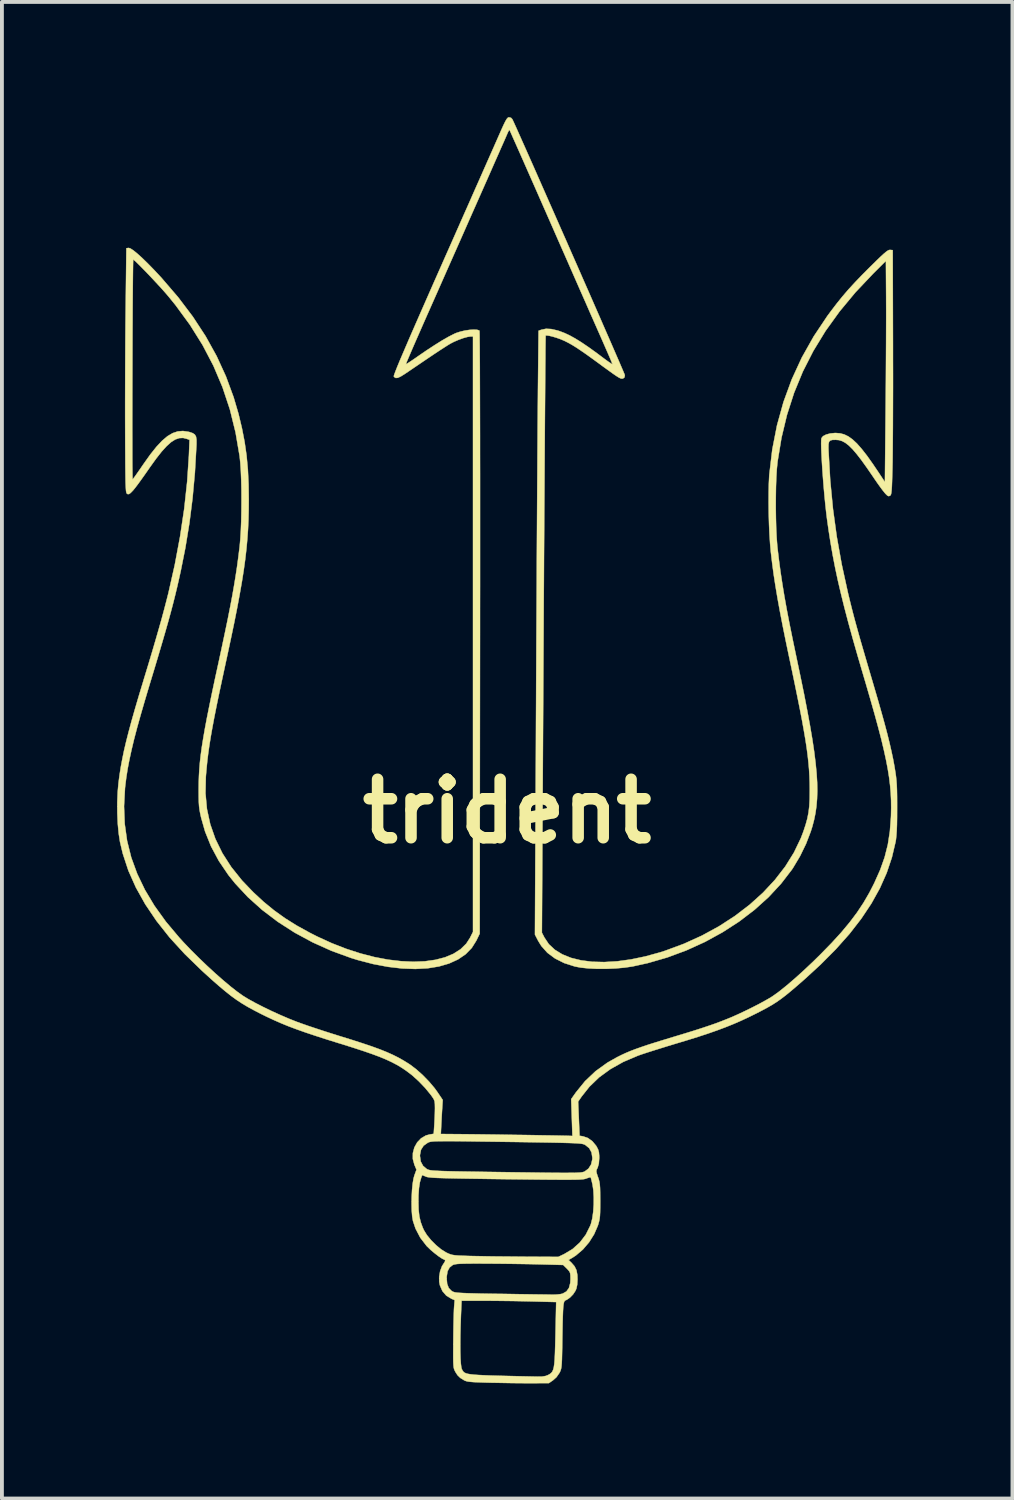
<source format=kicad_pcb>
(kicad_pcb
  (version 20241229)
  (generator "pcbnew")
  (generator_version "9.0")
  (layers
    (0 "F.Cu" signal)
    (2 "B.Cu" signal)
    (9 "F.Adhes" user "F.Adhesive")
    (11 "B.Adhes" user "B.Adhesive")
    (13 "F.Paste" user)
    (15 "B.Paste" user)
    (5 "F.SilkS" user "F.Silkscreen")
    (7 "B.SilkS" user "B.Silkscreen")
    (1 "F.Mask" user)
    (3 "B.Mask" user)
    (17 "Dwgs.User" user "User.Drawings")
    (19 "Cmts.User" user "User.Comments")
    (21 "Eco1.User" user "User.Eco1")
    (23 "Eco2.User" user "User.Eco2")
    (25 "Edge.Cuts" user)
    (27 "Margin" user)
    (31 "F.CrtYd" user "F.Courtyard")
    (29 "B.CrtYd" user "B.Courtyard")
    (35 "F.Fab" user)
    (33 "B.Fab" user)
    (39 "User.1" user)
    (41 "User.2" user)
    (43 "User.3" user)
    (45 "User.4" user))
  (footprint "trident"
    (layer "F.Cu")
    (at 10.161 18.085)
    (property "Reference" "trident" (at 0 0 0) (layer "F.SilkS") (effects (font (size 1.524 1.524) (thickness 0.3))))
    (attr through_hole)
    (fp_poly (pts (xy 0.103 -18.065) (xy 0.136 -18.029) (xy 0.151 -17.998) (xy 0.185 -17.924) (xy 0.237 -17.81) (xy 0.304 -17.659) (xy 0.386 -17.475) (xy 0.482 -17.26) (xy 0.589 -17.019) (xy 0.707 -16.753) (xy 0.833 -16.467) (xy 0.967 -16.163) (xy 1.107 -15.845) (xy 1.252 -15.517) (xy 1.4 -15.18) (xy 1.551 -14.839) (xy 1.701 -14.496) (xy 1.851 -14.156) (xy 1.998 -13.82) (xy 2.142 -13.493) (xy 2.28 -13.177) (xy 2.412 -12.876) (xy 2.535 -12.593) (xy 2.65 -12.331) (xy 2.753 -12.094) (xy 2.844 -11.884) (xy 2.922 -11.705) (xy 2.984 -11.56) (xy 3.03 -11.453) (xy 3.058 -11.385) (xy 3.067 -11.362) (xy 3.058 -11.305) (xy 3.029 -11.281) (xy 3.007 -11.272) (xy 2.982 -11.271) (xy 2.948 -11.281) (xy 2.9 -11.306) (xy 2.834 -11.348) (xy 2.744 -11.41) (xy 2.624 -11.497) (xy 2.469 -11.609) (xy 2.442 -11.63) (xy 2.236 -11.78) (xy 2.064 -11.904) (xy 1.92 -12.003) (xy 1.799 -12.084) (xy 1.694 -12.149) (xy 1.6 -12.202) (xy 1.511 -12.247) (xy 1.497 -12.254) (xy 1.4 -12.296) (xy 1.293 -12.334) (xy 1.188 -12.366) (xy 1.097 -12.388) (xy 1.031 -12.397) (xy 1.004 -12.392) (xy 1.003 -12.366) (xy 1.002 -12.291) (xy 1 -12.169) (xy 0.998 -12.003) (xy 0.997 -11.793) (xy 0.994 -11.542) (xy 0.992 -11.252) (xy 0.99 -10.925) (xy 0.987 -10.563) (xy 0.984 -10.168) (xy 0.981 -9.741) (xy 0.978 -9.285) (xy 0.975 -8.801) (xy 0.972 -8.292) (xy 0.968 -7.759) (xy 0.965 -7.205) (xy 0.961 -6.631) (xy 0.958 -6.039) (xy 0.954 -5.432) (xy 0.951 -4.811) (xy 0.95 -4.609) (xy 0.906 3.162) (xy 0.972 3.29) (xy 1.087 3.462) (xy 1.244 3.608) (xy 1.438 3.727) (xy 1.666 3.819) (xy 1.926 3.883) (xy 2.216 3.92) (xy 2.53 3.928) (xy 2.868 3.908) (xy 3.226 3.859) (xy 3.6 3.781) (xy 3.989 3.674) (xy 4.111 3.635) (xy 4.605 3.452) (xy 5.076 3.238) (xy 5.521 2.995) (xy 5.936 2.726) (xy 6.319 2.433) (xy 6.667 2.119) (xy 6.977 1.786) (xy 7.247 1.437) (xy 7.473 1.073) (xy 7.653 0.698) (xy 7.716 0.533) (xy 7.776 0.352) (xy 7.821 0.189) (xy 7.852 0.032) (xy 7.872 -0.133) (xy 7.882 -0.32) (xy 7.884 -0.541) (xy 7.884 -0.584) (xy 7.882 -0.753) (xy 7.876 -0.919) (xy 7.866 -1.087) (xy 7.851 -1.261) (xy 7.831 -1.445) (xy 7.805 -1.644) (xy 7.772 -1.861) (xy 7.731 -2.101) (xy 7.683 -2.368) (xy 7.626 -2.665) (xy 7.559 -2.998) (xy 7.483 -3.37) (xy 7.396 -3.786) (xy 7.355 -3.978) (xy 7.26 -4.432) (xy 7.177 -4.842) (xy 7.105 -5.215) (xy 7.043 -5.557) (xy 6.99 -5.873) (xy 6.944 -6.171) (xy 6.906 -6.454) (xy 6.873 -6.731) (xy 6.87 -6.756) (xy 6.851 -6.968) (xy 6.835 -7.213) (xy 6.823 -7.481) (xy 6.815 -7.759) (xy 6.812 -8.035) (xy 6.813 -8.299) (xy 6.818 -8.538) (xy 6.828 -8.741) (xy 6.831 -8.778) (xy 6.908 -9.428) (xy 7.031 -10.056) (xy 7.2 -10.664) (xy 7.415 -11.251) (xy 7.677 -11.82) (xy 7.987 -12.371) (xy 8.344 -12.906) (xy 8.44 -13.035) (xy 8.592 -13.234) (xy 8.74 -13.417) (xy 8.892 -13.594) (xy 9.057 -13.774) (xy 9.243 -13.968) (xy 9.458 -14.184) (xy 9.481 -14.206) (xy 9.621 -14.344) (xy 9.73 -14.449) (xy 9.813 -14.525) (xy 9.875 -14.577) (xy 9.921 -14.609) (xy 9.954 -14.623) (xy 9.979 -14.625) (xy 10.046 -14.618) (xy 10.052 -12.141) (xy 10.052 -11.772) (xy 10.053 -11.405) (xy 10.053 -11.043) (xy 10.052 -10.693) (xy 10.051 -10.359) (xy 10.05 -10.046) (xy 10.048 -9.759) (xy 10.046 -9.503) (xy 10.044 -9.282) (xy 10.042 -9.102) (xy 10.039 -8.967) (xy 10.039 -8.956) (xy 10.033 -8.747) (xy 10.028 -8.582) (xy 10.023 -8.458) (xy 10.017 -8.366) (xy 10.01 -8.303) (xy 10.002 -8.261) (xy 9.991 -8.237) (xy 9.978 -8.223) (xy 9.974 -8.22) (xy 9.941 -8.209) (xy 9.906 -8.224) (xy 9.857 -8.272) (xy 9.839 -8.293) (xy 9.791 -8.352) (xy 9.724 -8.442) (xy 9.645 -8.552) (xy 9.563 -8.671) (xy 9.544 -8.7) (xy 9.379 -8.94) (xy 9.236 -9.14) (xy 9.111 -9.302) (xy 9.001 -9.431) (xy 8.903 -9.528) (xy 8.813 -9.598) (xy 8.728 -9.644) (xy 8.645 -9.67) (xy 8.56 -9.677) (xy 8.559 -9.677) (xy 8.475 -9.675) (xy 8.42 -9.66) (xy 8.387 -9.627) (xy 8.373 -9.564) (xy 8.371 -9.465) (xy 8.374 -9.38) (xy 8.418 -8.615) (xy 8.489 -7.878) (xy 8.588 -7.154) (xy 8.718 -6.427) (xy 8.881 -5.683) (xy 8.931 -5.477) (xy 8.97 -5.32) (xy 9.009 -5.167) (xy 9.05 -5.011) (xy 9.095 -4.847) (xy 9.144 -4.67) (xy 9.199 -4.474) (xy 9.263 -4.254) (xy 9.336 -4.003) (xy 9.42 -3.716) (xy 9.517 -3.388) (xy 9.546 -3.289) (xy 9.656 -2.913) (xy 9.751 -2.58) (xy 9.833 -2.284) (xy 9.903 -2.02) (xy 9.962 -1.781) (xy 10.012 -1.563) (xy 10.055 -1.361) (xy 10.091 -1.167) (xy 10.097 -1.129) (xy 10.117 -1.007) (xy 10.132 -0.899) (xy 10.143 -0.793) (xy 10.151 -0.681) (xy 10.156 -0.552) (xy 10.159 -0.398) (xy 10.16 -0.207) (xy 10.16 -0.09) (xy 10.159 0.15) (xy 10.156 0.346) (xy 10.15 0.504) (xy 10.141 0.631) (xy 10.13 0.735) (xy 10.121 0.791) (xy 10.024 1.202) (xy 9.888 1.606) (xy 9.71 2.006) (xy 9.49 2.402) (xy 9.226 2.798) (xy 8.918 3.195) (xy 8.563 3.594) (xy 8.16 3.999) (xy 7.76 4.366) (xy 7.567 4.535) (xy 7.403 4.675) (xy 7.262 4.791) (xy 7.135 4.888) (xy 7.015 4.972) (xy 6.894 5.048) (xy 6.765 5.122) (xy 6.62 5.199) (xy 6.49 5.266) (xy 6.283 5.368) (xy 6.085 5.46) (xy 5.889 5.545) (xy 5.688 5.626) (xy 5.474 5.706) (xy 5.24 5.788) (xy 4.978 5.874) (xy 4.68 5.967) (xy 4.381 6.057) (xy 4.183 6.117) (xy 3.987 6.178) (xy 3.804 6.235) (xy 3.641 6.287) (xy 3.508 6.331) (xy 3.414 6.364) (xy 3.404 6.368) (xy 3.026 6.529) (xy 2.691 6.717) (xy 2.397 6.931) (xy 2.145 7.174) (xy 1.942 7.43) (xy 1.85 7.563) (xy 1.887 8.453) (xy 1.978 8.468) (xy 2.105 8.512) (xy 2.222 8.597) (xy 2.32 8.715) (xy 2.33 8.732) (xy 2.37 8.809) (xy 2.391 8.882) (xy 2.399 8.973) (xy 2.4 9.03) (xy 2.389 9.178) (xy 2.359 9.282) (xy 2.355 9.29) (xy 2.332 9.336) (xy 2.324 9.376) (xy 2.333 9.426) (xy 2.357 9.502) (xy 2.368 9.531) (xy 2.389 9.594) (xy 2.404 9.654) (xy 2.414 9.723) (xy 2.421 9.809) (xy 2.424 9.923) (xy 2.425 10.073) (xy 2.426 10.147) (xy 2.425 10.316) (xy 2.423 10.443) (xy 2.418 10.541) (xy 2.409 10.618) (xy 2.395 10.687) (xy 2.376 10.755) (xy 2.364 10.794) (xy 2.268 11.016) (xy 2.135 11.228) (xy 1.974 11.416) (xy 1.792 11.571) (xy 1.708 11.626) (xy 1.6 11.689) (xy 1.673 11.757) (xy 1.755 11.851) (xy 1.806 11.954) (xy 1.83 12.08) (xy 1.834 12.197) (xy 1.826 12.332) (xy 1.805 12.433) (xy 1.78 12.492) (xy 1.718 12.586) (xy 1.636 12.67) (xy 1.552 12.727) (xy 1.526 12.738) (xy 1.508 12.747) (xy 1.492 12.765) (xy 1.48 12.797) (xy 1.47 12.847) (xy 1.462 12.92) (xy 1.456 13.021) (xy 1.451 13.154) (xy 1.446 13.325) (xy 1.442 13.538) (xy 1.438 13.762) (xy 1.435 13.976) (xy 1.431 14.147) (xy 1.428 14.279) (xy 1.423 14.379) (xy 1.417 14.454) (xy 1.409 14.51) (xy 1.398 14.553) (xy 1.384 14.589) (xy 1.367 14.625) (xy 1.287 14.741) (xy 1.198 14.821) (xy 1.088 14.897) (xy 0.677 14.899) (xy 0.53 14.899) (xy 0.345 14.898) (xy 0.137 14.896) (xy -0.08 14.892) (xy -0.293 14.888) (xy -0.381 14.887) (xy -0.584 14.882) (xy -0.743 14.876) (xy -0.864 14.871) (xy -0.953 14.864) (xy -1.019 14.856) (xy -1.066 14.845) (xy -1.103 14.832) (xy -1.118 14.824) (xy -1.22 14.761) (xy -1.292 14.691) (xy -1.352 14.598) (xy -1.354 14.592) (xy -1.37 14.56) (xy -1.383 14.526) (xy -1.392 14.485) (xy -1.398 14.428) (xy -1.402 14.352) (xy -1.404 14.247) (xy -1.404 14.109) (xy -1.403 13.931) (xy -1.403 13.88) (xy -1.22 13.88) (xy -1.219 14.083) (xy -1.214 14.255) (xy -1.205 14.391) (xy -1.193 14.486) (xy -1.181 14.53) (xy -1.166 14.559) (xy -1.15 14.585) (xy -1.132 14.607) (xy -1.106 14.626) (xy -1.07 14.642) (xy -1.019 14.656) (xy -0.951 14.667) (xy -0.862 14.677) (xy -0.748 14.685) (xy -0.606 14.692) (xy -0.432 14.699) (xy -0.223 14.705) (xy 0.025 14.711) (xy 0.316 14.718) (xy 0.653 14.725) (xy 0.788 14.728) (xy 0.912 14.726) (xy 1.002 14.711) (xy 1.067 14.686) (xy 1.111 14.661) (xy 1.147 14.634) (xy 1.176 14.599) (xy 1.198 14.551) (xy 1.216 14.486) (xy 1.229 14.397) (xy 1.239 14.28) (xy 1.246 14.13) (xy 1.252 13.941) (xy 1.258 13.707) (xy 1.26 13.625) (xy 1.278 12.785) (xy 0.622 12.768) (xy 0.4 12.763) (xy 0.154 12.758) (xy -0.099 12.755) (xy -0.341 12.752) (xy -0.554 12.751) (xy -0.61 12.751) (xy -1.186 12.751) (xy -1.203 13.136) (xy -1.212 13.401) (xy -1.218 13.651) (xy -1.22 13.88) (xy -1.403 13.88) (xy -1.402 13.792) (xy -1.4 13.598) (xy -1.397 13.411) (xy -1.393 13.239) (xy -1.389 13.093) (xy -1.385 12.98) (xy -1.381 12.914) (xy -1.366 12.734) (xy -1.446 12.701) (xy -1.584 12.618) (xy -1.686 12.5) (xy -1.751 12.349) (xy -1.769 12.259) (xy -1.77 12.167) (xy -1.575 12.167) (xy -1.562 12.312) (xy -1.521 12.418) (xy -1.449 12.493) (xy -1.416 12.513) (xy -1.391 12.523) (xy -1.357 12.532) (xy -1.309 12.539) (xy -1.241 12.545) (xy -1.151 12.55) (xy -1.032 12.555) (xy -0.881 12.559) (xy -0.694 12.564) (xy -0.465 12.568) (xy -0.191 12.572) (xy -0.153 12.572) (xy 0.094 12.576) (xy 0.33 12.58) (xy 0.551 12.583) (xy 0.749 12.586) (xy 0.919 12.588) (xy 1.054 12.59) (xy 1.15 12.592) (xy 1.194 12.593) (xy 1.296 12.589) (xy 1.392 12.578) (xy 1.447 12.565) (xy 1.545 12.509) (xy 1.611 12.418) (xy 1.645 12.289) (xy 1.651 12.185) (xy 1.649 12.09) (xy 1.641 12.029) (xy 1.619 11.983) (xy 1.577 11.935) (xy 1.556 11.913) (xy 1.46 11.819) (xy 0.813 11.802) (xy 0.602 11.797) (xy 0.357 11.793) (xy 0.092 11.789) (xy -0.175 11.786) (xy -0.429 11.784) (xy -0.587 11.783) (xy -0.807 11.782) (xy -0.983 11.783) (xy -1.12 11.785) (xy -1.223 11.788) (xy -1.299 11.793) (xy -1.353 11.801) (xy -1.392 11.81) (xy -1.418 11.821) (xy -1.5 11.886) (xy -1.551 11.982) (xy -1.573 12.115) (xy -1.575 12.167) (xy -1.77 12.167) (xy -1.77 12.123) (xy -1.745 11.98) (xy -1.697 11.851) (xy -1.658 11.789) (xy -1.62 11.729) (xy -1.614 11.695) (xy -1.619 11.69) (xy -1.689 11.656) (xy -1.783 11.594) (xy -1.887 11.514) (xy -1.991 11.427) (xy -2.082 11.339) (xy -2.095 11.326) (xy -2.261 11.111) (xy -2.386 10.872) (xy -2.453 10.671) (xy -2.473 10.554) (xy -2.485 10.403) (xy -2.489 10.23) (xy -2.488 10.171) (xy -2.311 10.171) (xy -2.306 10.378) (xy -2.287 10.55) (xy -2.251 10.702) (xy -2.197 10.849) (xy -2.165 10.918) (xy -2.089 11.041) (xy -1.98 11.174) (xy -1.852 11.302) (xy -1.719 11.412) (xy -1.592 11.492) (xy -1.587 11.494) (xy -1.529 11.522) (xy -1.477 11.542) (xy -1.421 11.557) (xy -1.352 11.567) (xy -1.259 11.574) (xy -1.133 11.579) (xy -1.003 11.584) (xy -0.874 11.587) (xy -0.703 11.59) (xy -0.501 11.594) (xy -0.275 11.597) (xy -0.037 11.599) (xy 0.204 11.601) (xy 0.381 11.603) (xy 1.333 11.608) (xy 1.486 11.535) (xy 1.705 11.404) (xy 1.895 11.233) (xy 2.05 11.029) (xy 2.165 10.798) (xy 2.185 10.744) (xy 2.219 10.607) (xy 2.243 10.436) (xy 2.256 10.246) (xy 2.257 10.053) (xy 2.247 9.873) (xy 2.226 9.731) (xy 2.205 9.64) (xy 2.188 9.571) (xy 2.178 9.536) (xy 2.177 9.534) (xy 2.15 9.537) (xy 2.093 9.555) (xy 2.062 9.567) (xy 2.039 9.575) (xy 2.01 9.581) (xy 1.972 9.587) (xy 1.922 9.591) (xy 1.854 9.595) (xy 1.767 9.597) (xy 1.657 9.598) (xy 1.52 9.599) (xy 1.353 9.598) (xy 1.152 9.597) (xy 0.914 9.595) (xy 0.635 9.592) (xy 0.312 9.588) (xy -0.032 9.584) (xy -0.402 9.579) (xy -0.724 9.574) (xy -1.003 9.57) (xy -1.241 9.566) (xy -1.441 9.562) (xy -1.608 9.558) (xy -1.744 9.554) (xy -1.853 9.55) (xy -1.939 9.545) (xy -2.004 9.539) (xy -2.052 9.533) (xy -2.087 9.527) (xy -2.111 9.519) (xy -2.116 9.517) (xy -2.212 9.476) (xy -2.238 9.545) (xy -2.273 9.665) (xy -2.296 9.814) (xy -2.309 10) (xy -2.311 10.171) (xy -2.488 10.171) (xy -2.486 10.048) (xy -2.477 9.869) (xy -2.461 9.705) (xy -2.439 9.57) (xy -2.416 9.487) (xy -2.361 9.336) (xy -2.415 9.209) (xy -2.456 9.057) (xy -2.456 8.98) (xy -2.271 8.98) (xy -2.251 9.122) (xy -2.19 9.237) (xy -2.092 9.32) (xy -2.082 9.325) (xy -2.059 9.335) (xy -2.031 9.344) (xy -1.993 9.352) (xy -1.941 9.358) (xy -1.87 9.363) (xy -1.777 9.368) (xy -1.658 9.373) (xy -1.509 9.377) (xy -1.324 9.381) (xy -1.101 9.385) (xy -0.835 9.389) (xy -0.545 9.394) (xy -0.136 9.4) (xy 0.225 9.405) (xy 0.542 9.409) (xy 0.817 9.413) (xy 1.054 9.416) (xy 1.255 9.418) (xy 1.425 9.419) (xy 1.565 9.419) (xy 1.679 9.418) (xy 1.77 9.417) (xy 1.842 9.414) (xy 1.897 9.411) (xy 1.938 9.406) (xy 1.969 9.401) (xy 1.992 9.395) (xy 2.011 9.387) (xy 2.021 9.383) (xy 2.12 9.309) (xy 2.188 9.201) (xy 2.219 9.069) (xy 2.221 9.031) (xy 2.2 8.888) (xy 2.138 8.775) (xy 2.034 8.691) (xy 2.016 8.682) (xy 1.994 8.674) (xy 1.966 8.666) (xy 1.927 8.66) (xy 1.875 8.654) (xy 1.805 8.649) (xy 1.715 8.645) (xy 1.601 8.641) (xy 1.458 8.637) (xy 1.285 8.633) (xy 1.077 8.629) (xy 0.83 8.625) (xy 0.542 8.62) (xy 0.209 8.615) (xy -0.01 8.612) (xy -0.371 8.607) (xy -0.685 8.603) (xy -0.955 8.599) (xy -1.184 8.596) (xy -1.378 8.594) (xy -1.538 8.594) (xy -1.668 8.594) (xy -1.772 8.595) (xy -1.854 8.597) (xy -1.916 8.6) (xy -1.964 8.605) (xy -1.999 8.61) (xy -2.025 8.617) (xy -2.047 8.625) (xy -2.067 8.635) (xy -2.068 8.635) (xy -2.176 8.712) (xy -2.244 8.819) (xy -2.271 8.956) (xy -2.271 8.98) (xy -2.456 8.98) (xy -2.455 8.904) (xy -2.416 8.757) (xy -2.343 8.626) (xy -2.241 8.519) (xy -2.115 8.445) (xy -2.017 8.419) (xy -1.912 8.402) (xy -1.896 8.157) (xy -1.889 8.021) (xy -1.883 7.877) (xy -1.88 7.751) (xy -1.88 7.722) (xy -1.882 7.622) (xy -1.89 7.553) (xy -1.913 7.496) (xy -1.957 7.43) (xy -1.994 7.379) (xy -2.136 7.206) (xy -2.301 7.034) (xy -2.473 6.878) (xy -2.629 6.759) (xy -2.75 6.678) (xy -2.874 6.604) (xy -3.007 6.534) (xy -3.153 6.466) (xy -3.319 6.397) (xy -3.51 6.326) (xy -3.732 6.249) (xy -3.991 6.164) (xy -4.292 6.069) (xy -4.369 6.046) (xy -4.706 5.941) (xy -5 5.846) (xy -5.26 5.759) (xy -5.491 5.677) (xy -5.701 5.598) (xy -5.896 5.518) (xy -6.084 5.435) (xy -6.272 5.347) (xy -6.412 5.278) (xy -6.592 5.185) (xy -6.754 5.097) (xy -6.903 5.008) (xy -7.046 4.914) (xy -7.191 4.809) (xy -7.343 4.688) (xy -7.51 4.548) (xy -7.699 4.382) (xy -7.915 4.186) (xy -7.953 4.151) (xy -8.397 3.72) (xy -8.791 3.289) (xy -9.134 2.856) (xy -9.427 2.422) (xy -9.671 1.985) (xy -9.867 1.545) (xy -10.013 1.101) (xy -10.085 0.797) (xy -10.119 0.577) (xy -10.143 0.322) (xy -10.155 0.047) (xy -10.156 -0.129) (xy -9.98 -0.129) (xy -9.962 0.327) (xy -9.9 0.77) (xy -9.792 1.203) (xy -9.637 1.627) (xy -9.436 2.046) (xy -9.187 2.462) (xy -8.889 2.876) (xy -8.541 3.29) (xy -8.426 3.416) (xy -8.234 3.617) (xy -8.028 3.822) (xy -7.815 4.026) (xy -7.601 4.223) (xy -7.394 4.405) (xy -7.2 4.568) (xy -7.026 4.704) (xy -6.883 4.806) (xy -6.741 4.893) (xy -6.561 4.992) (xy -6.354 5.098) (xy -6.131 5.206) (xy -5.902 5.31) (xy -5.676 5.407) (xy -5.474 5.487) (xy -5.337 5.536) (xy -5.163 5.597) (xy -4.964 5.663) (xy -4.751 5.733) (xy -4.535 5.802) (xy -4.356 5.858) (xy -4.037 5.957) (xy -3.761 6.046) (xy -3.523 6.126) (xy -3.317 6.201) (xy -3.138 6.273) (xy -2.979 6.344) (xy -2.835 6.416) (xy -2.7 6.492) (xy -2.569 6.573) (xy -2.528 6.6) (xy -2.368 6.721) (xy -2.198 6.873) (xy -2.034 7.042) (xy -1.889 7.213) (xy -1.81 7.323) (xy -1.677 7.521) (xy -1.689 7.704) (xy -1.696 7.814) (xy -1.704 7.951) (xy -1.711 8.092) (xy -1.714 8.147) (xy -1.727 8.407) (xy -1.238 8.411) (xy -1.104 8.412) (xy -0.935 8.414) (xy -0.738 8.416) (xy -0.519 8.419) (xy -0.284 8.422) (xy -0.039 8.426) (xy 0.209 8.43) (xy 0.454 8.433) (xy 0.69 8.437) (xy 0.912 8.441) (xy 1.112 8.444) (xy 1.284 8.447) (xy 1.423 8.45) (xy 1.522 8.452) (xy 1.568 8.453) (xy 1.701 8.458) (xy 1.685 7.978) (xy 1.669 7.498) (xy 1.792 7.324) (xy 2.031 7.029) (xy 2.304 6.771) (xy 2.613 6.548) (xy 2.861 6.408) (xy 2.975 6.351) (xy 3.089 6.298) (xy 3.21 6.247) (xy 3.343 6.196) (xy 3.496 6.142) (xy 3.673 6.082) (xy 3.882 6.016) (xy 4.129 5.94) (xy 4.356 5.871) (xy 4.64 5.785) (xy 4.883 5.71) (xy 5.091 5.643) (xy 5.273 5.582) (xy 5.436 5.525) (xy 5.587 5.468) (xy 5.734 5.41) (xy 5.863 5.357) (xy 6.028 5.283) (xy 6.208 5.198) (xy 6.393 5.107) (xy 6.57 5.016) (xy 6.729 4.929) (xy 6.86 4.854) (xy 6.92 4.815) (xy 7.086 4.696) (xy 7.279 4.541) (xy 7.494 4.357) (xy 7.727 4.147) (xy 7.973 3.915) (xy 8.169 3.722) (xy 8.457 3.427) (xy 8.707 3.153) (xy 8.925 2.891) (xy 9.116 2.637) (xy 9.285 2.382) (xy 9.437 2.12) (xy 9.564 1.872) (xy 9.718 1.527) (xy 9.835 1.197) (xy 9.918 0.869) (xy 9.971 0.527) (xy 9.999 0.157) (xy 10.001 0.113) (xy 10.005 -0.086) (xy 10.003 -0.28) (xy 9.994 -0.474) (xy 9.977 -0.672) (xy 9.952 -0.879) (xy 9.917 -1.098) (xy 9.872 -1.334) (xy 9.816 -1.59) (xy 9.749 -1.872) (xy 9.668 -2.183) (xy 9.574 -2.528) (xy 9.465 -2.911) (xy 9.342 -3.335) (xy 9.284 -3.531) (xy 9.137 -4.032) (xy 9.006 -4.491) (xy 8.89 -4.913) (xy 8.787 -5.305) (xy 8.696 -5.672) (xy 8.615 -6.019) (xy 8.544 -6.353) (xy 8.481 -6.679) (xy 8.425 -7.002) (xy 8.374 -7.329) (xy 8.333 -7.62) (xy 8.311 -7.8) (xy 8.289 -8.001) (xy 8.268 -8.216) (xy 8.248 -8.439) (xy 8.23 -8.664) (xy 8.214 -8.883) (xy 8.201 -9.09) (xy 8.191 -9.279) (xy 8.184 -9.443) (xy 8.181 -9.577) (xy 8.183 -9.672) (xy 8.19 -9.722) (xy 8.23 -9.772) (xy 8.31 -9.814) (xy 8.418 -9.843) (xy 8.543 -9.855) (xy 8.561 -9.855) (xy 8.674 -9.846) (xy 8.782 -9.818) (xy 8.889 -9.766) (xy 8.998 -9.688) (xy 9.113 -9.581) (xy 9.237 -9.44) (xy 9.375 -9.264) (xy 9.528 -9.048) (xy 9.667 -8.842) (xy 9.842 -8.578) (xy 9.861 -10.518) (xy 9.864 -10.858) (xy 9.867 -11.206) (xy 9.869 -11.556) (xy 9.871 -11.899) (xy 9.873 -12.231) (xy 9.874 -12.543) (xy 9.875 -12.828) (xy 9.875 -13.081) (xy 9.874 -13.294) (xy 9.874 -13.399) (xy 9.868 -14.338) (xy 9.537 -14.008) (xy 9.074 -13.519) (xy 8.661 -13.021) (xy 8.295 -12.513) (xy 7.977 -11.992) (xy 7.704 -11.456) (xy 7.476 -10.902) (xy 7.291 -10.328) (xy 7.148 -9.732) (xy 7.046 -9.111) (xy 7.044 -9.091) (xy 7.026 -8.914) (xy 7.013 -8.697) (xy 7.004 -8.45) (xy 7 -8.183) (xy 6.999 -7.908) (xy 7.003 -7.633) (xy 7.01 -7.369) (xy 7.022 -7.127) (xy 7.038 -6.917) (xy 7.044 -6.858) (xy 7.081 -6.549) (xy 7.122 -6.24) (xy 7.17 -5.925) (xy 7.224 -5.596) (xy 7.287 -5.246) (xy 7.36 -4.868) (xy 7.444 -4.455) (xy 7.531 -4.039) (xy 7.64 -3.52) (xy 7.737 -3.047) (xy 7.82 -2.617) (xy 7.892 -2.226) (xy 7.952 -1.872) (xy 8 -1.55) (xy 8.036 -1.258) (xy 8.062 -0.992) (xy 8.077 -0.75) (xy 8.081 -0.528) (xy 8.074 -0.322) (xy 8.058 -0.13) (xy 8.032 0.052) (xy 7.996 0.227) (xy 7.951 0.398) (xy 7.909 0.531) (xy 7.787 0.848) (xy 7.632 1.167) (xy 7.455 1.464) (xy 7.419 1.519) (xy 7.136 1.887) (xy 6.81 2.238) (xy 6.445 2.567) (xy 6.044 2.873) (xy 5.612 3.152) (xy 5.154 3.403) (xy 4.673 3.622) (xy 4.175 3.807) (xy 3.664 3.955) (xy 3.264 4.043) (xy 3.056 4.073) (xy 2.826 4.094) (xy 2.584 4.104) (xy 2.344 4.104) (xy 2.118 4.093) (xy 1.917 4.072) (xy 1.765 4.043) (xy 1.487 3.954) (xy 1.248 3.834) (xy 1.049 3.686) (xy 0.892 3.51) (xy 0.81 3.377) (xy 0.725 3.213) (xy 0.731 1.956) (xy 0.732 1.801) (xy 0.733 1.598) (xy 0.734 1.351) (xy 0.736 1.063) (xy 0.737 0.738) (xy 0.739 0.378) (xy 0.741 -0.013) (xy 0.743 -0.432) (xy 0.745 -0.875) (xy 0.748 -1.34) (xy 0.75 -1.823) (xy 0.752 -2.32) (xy 0.755 -2.829) (xy 0.757 -3.346) (xy 0.76 -3.868) (xy 0.762 -4.356) (xy 0.765 -4.885) (xy 0.768 -5.415) (xy 0.771 -5.943) (xy 0.773 -6.465) (xy 0.776 -6.977) (xy 0.779 -7.477) (xy 0.782 -7.96) (xy 0.785 -8.423) (xy 0.788 -8.863) (xy 0.79 -9.276) (xy 0.793 -9.659) (xy 0.795 -10.007) (xy 0.798 -10.319) (xy 0.8 -10.589) (xy 0.802 -10.815) (xy 0.803 -10.965) (xy 0.819 -12.519) (xy 0.896 -12.546) (xy 1.014 -12.57) (xy 1.151 -12.563) (xy 1.315 -12.525) (xy 1.367 -12.508) (xy 1.494 -12.46) (xy 1.627 -12.398) (xy 1.772 -12.318) (xy 1.935 -12.217) (xy 2.121 -12.091) (xy 2.334 -11.938) (xy 2.546 -11.779) (xy 2.63 -11.718) (xy 2.696 -11.673) (xy 2.735 -11.65) (xy 2.743 -11.649) (xy 2.733 -11.677) (xy 2.706 -11.744) (xy 2.664 -11.843) (xy 2.61 -11.967) (xy 2.548 -12.109) (xy 2.529 -12.152) (xy 2.49 -12.242) (xy 2.432 -12.374) (xy 2.356 -12.546) (xy 2.265 -12.752) (xy 2.16 -12.99) (xy 2.044 -13.256) (xy 1.916 -13.545) (xy 1.78 -13.855) (xy 1.637 -14.181) (xy 1.488 -14.52) (xy 1.335 -14.867) (xy 1.194 -15.189) (xy 1.044 -15.53) (xy 0.9 -15.857) (xy 0.763 -16.169) (xy 0.634 -16.461) (xy 0.515 -16.731) (xy 0.407 -16.976) (xy 0.311 -17.193) (xy 0.229 -17.378) (xy 0.161 -17.53) (xy 0.11 -17.645) (xy 0.077 -17.72) (xy 0.062 -17.751) (xy 0.061 -17.752) (xy 0.047 -17.738) (xy 0.022 -17.69) (xy 0.011 -17.666) (xy -0.000266 -17.639) (xy -0.022 -17.589) (xy -0.055 -17.513) (xy -0.1 -17.411) (xy -0.158 -17.281) (xy -0.228 -17.121) (xy -0.313 -16.93) (xy -0.411 -16.707) (xy -0.524 -16.451) (xy -0.653 -16.16) (xy -0.798 -15.832) (xy -0.96 -15.467) (xy -1.138 -15.063) (xy -1.335 -14.618) (xy -1.551 -14.131) (xy -1.785 -13.601) (xy -2.04 -13.026) (xy -2.126 -12.832) (xy -2.227 -12.602) (xy -2.321 -12.388) (xy -2.407 -12.192) (xy -2.482 -12.019) (xy -2.544 -11.874) (xy -2.592 -11.761) (xy -2.624 -11.684) (xy -2.637 -11.648) (xy -2.638 -11.646) (xy -2.615 -11.657) (xy -2.559 -11.692) (xy -2.476 -11.747) (xy -2.375 -11.816) (xy -2.337 -11.843) (xy -2.106 -12.002) (xy -1.889 -12.144) (xy -1.692 -12.267) (xy -1.519 -12.366) (xy -1.377 -12.438) (xy -1.327 -12.46) (xy -1.22 -12.495) (xy -1.101 -12.523) (xy -0.981 -12.541) (xy -0.871 -12.548) (xy -0.784 -12.544) (xy -0.729 -12.527) (xy -0.721 -12.519) (xy -0.719 -12.491) (xy -0.717 -12.413) (xy -0.716 -12.289) (xy -0.714 -12.118) (xy -0.713 -11.904) (xy -0.711 -11.647) (xy -0.71 -11.349) (xy -0.709 -11.012) (xy -0.708 -10.638) (xy -0.707 -10.229) (xy -0.706 -9.785) (xy -0.706 -9.309) (xy -0.705 -8.802) (xy -0.705 -8.267) (xy -0.705 -7.704) (xy -0.705 -7.115) (xy -0.705 -6.503) (xy -0.705 -5.868) (xy -0.706 -5.213) (xy -0.706 -4.648) (xy -0.714 3.188) (xy -0.802 3.37) (xy -0.922 3.561) (xy -1.081 3.724) (xy -1.279 3.859) (xy -1.511 3.965) (xy -1.775 4.042) (xy -2.069 4.09) (xy -2.39 4.107) (xy -2.736 4.095) (xy -3.103 4.052) (xy -3.49 3.979) (xy -3.893 3.874) (xy -4.065 3.821) (xy -4.576 3.635) (xy -5.067 3.414) (xy -5.535 3.161) (xy -5.975 2.878) (xy -6.383 2.568) (xy -6.754 2.235) (xy -7.084 1.881) (xy -7.26 1.662) (xy -7.51 1.293) (xy -7.712 0.916) (xy -7.869 0.526) (xy -7.97 0.171) (xy -7.995 0.059) (xy -8.013 -0.038) (xy -8.025 -0.134) (xy -8.032 -0.24) (xy -8.035 -0.37) (xy -8.036 -0.536) (xy -8.036 -0.572) (xy -8.034 -0.748) (xy -8.028 -0.921) (xy -8.018 -1.096) (xy -8.003 -1.277) (xy -7.981 -1.469) (xy -7.953 -1.675) (xy -7.917 -1.9) (xy -7.874 -2.149) (xy -7.822 -2.426) (xy -7.76 -2.735) (xy -7.689 -3.08) (xy -7.607 -3.466) (xy -7.518 -3.873) (xy -7.427 -4.296) (xy -7.347 -4.674) (xy -7.276 -5.015) (xy -7.215 -5.324) (xy -7.161 -5.608) (xy -7.115 -5.871) (xy -7.074 -6.12) (xy -7.037 -6.361) (xy -7.005 -6.599) (xy -6.975 -6.84) (xy -6.968 -6.896) (xy -6.951 -7.083) (xy -6.937 -7.307) (xy -6.927 -7.558) (xy -6.922 -7.825) (xy -6.92 -8.1) (xy -6.921 -8.373) (xy -6.927 -8.634) (xy -6.937 -8.873) (xy -6.951 -9.08) (xy -6.968 -9.246) (xy -7.075 -9.872) (xy -7.223 -10.472) (xy -7.415 -11.049) (xy -7.651 -11.606) (xy -7.934 -12.147) (xy -8.263 -12.673) (xy -8.64 -13.188) (xy -8.827 -13.418) (xy -8.904 -13.508) (xy -8.998 -13.614) (xy -9.105 -13.73) (xy -9.217 -13.851) (xy -9.331 -13.972) (xy -9.441 -14.086) (xy -9.541 -14.188) (xy -9.626 -14.273) (xy -9.691 -14.335) (xy -9.73 -14.368) (xy -9.74 -14.372) (xy -9.742 -14.345) (xy -9.744 -14.271) (xy -9.746 -14.154) (xy -9.748 -13.999) (xy -9.75 -13.809) (xy -9.752 -13.587) (xy -9.754 -13.339) (xy -9.756 -13.067) (xy -9.757 -12.776) (xy -9.759 -12.47) (xy -9.76 -12.152) (xy -9.761 -11.827) (xy -9.762 -11.497) (xy -9.763 -11.168) (xy -9.764 -10.843) (xy -9.764 -10.526) (xy -9.765 -10.22) (xy -9.765 -9.931) (xy -9.764 -9.661) (xy -9.764 -9.414) (xy -9.764 -9.195) (xy -9.763 -9.007) (xy -9.761 -8.855) (xy -9.76 -8.741) (xy -9.758 -8.671) (xy -9.756 -8.647) (xy -9.756 -8.647) (xy -9.736 -8.671) (xy -9.691 -8.731) (xy -9.629 -8.819) (xy -9.552 -8.929) (xy -9.471 -9.048) (xy -9.296 -9.294) (xy -9.136 -9.495) (xy -8.988 -9.653) (xy -8.849 -9.771) (xy -8.714 -9.851) (xy -8.58 -9.896) (xy -8.445 -9.907) (xy -8.304 -9.887) (xy -8.272 -9.879) (xy -8.19 -9.851) (xy -8.136 -9.815) (xy -8.105 -9.762) (xy -8.092 -9.681) (xy -8.092 -9.561) (xy -8.094 -9.522) (xy -8.134 -8.821) (xy -8.195 -8.153) (xy -8.277 -7.505) (xy -8.382 -6.863) (xy -8.499 -6.277) (xy -8.546 -6.063) (xy -8.594 -5.852) (xy -8.645 -5.64) (xy -8.7 -5.421) (xy -8.761 -5.189) (xy -8.829 -4.941) (xy -8.906 -4.67) (xy -8.993 -4.371) (xy -9.091 -4.039) (xy -9.202 -3.669) (xy -9.312 -3.307) (xy -9.437 -2.888) (xy -9.546 -2.512) (xy -9.64 -2.175) (xy -9.72 -1.87) (xy -9.786 -1.593) (xy -9.841 -1.339) (xy -9.886 -1.104) (xy -9.921 -0.881) (xy -9.948 -0.667) (xy -9.955 -0.599) (xy -9.98 -0.129) (xy -10.156 -0.129) (xy -10.156 -0.234) (xy -10.145 -0.505) (xy -10.124 -0.737) (xy -10.097 -0.943) (xy -10.065 -1.148) (xy -10.026 -1.357) (xy -9.981 -1.577) (xy -9.926 -1.811) (xy -9.861 -2.067) (xy -9.785 -2.349) (xy -9.696 -2.662) (xy -9.593 -3.012) (xy -9.474 -3.405) (xy -9.473 -3.41) (xy -9.352 -3.807) (xy -9.246 -4.161) (xy -9.153 -4.478) (xy -9.071 -4.763) (xy -8.998 -5.021) (xy -8.934 -5.259) (xy -8.876 -5.481) (xy -8.825 -5.681) (xy -8.659 -6.417) (xy -8.521 -7.153) (xy -8.412 -7.881) (xy -8.335 -8.59) (xy -8.29 -9.264) (xy -8.273 -9.676) (xy -8.342 -9.702) (xy -8.441 -9.727) (xy -8.541 -9.722) (xy -8.644 -9.687) (xy -8.753 -9.618) (xy -8.871 -9.512) (xy -9.001 -9.369) (xy -9.146 -9.184) (xy -9.309 -8.957) (xy -9.347 -8.902) (xy -9.444 -8.763) (xy -9.538 -8.631) (xy -9.623 -8.514) (xy -9.694 -8.421) (xy -9.743 -8.361) (xy -9.745 -8.359) (xy -9.807 -8.295) (xy -9.848 -8.265) (xy -9.88 -8.262) (xy -9.898 -8.27) (xy -9.907 -8.278) (xy -9.915 -8.292) (xy -9.922 -8.314) (xy -9.928 -8.35) (xy -9.932 -8.403) (xy -9.936 -8.476) (xy -9.94 -8.573) (xy -9.942 -8.699) (xy -9.944 -8.856) (xy -9.946 -9.048) (xy -9.947 -9.279) (xy -9.949 -9.553) (xy -9.95 -9.874) (xy -9.95 -9.934) (xy -9.951 -10.281) (xy -9.951 -10.663) (xy -9.95 -11.068) (xy -9.949 -11.485) (xy -9.947 -11.901) (xy -9.945 -12.305) (xy -9.942 -12.685) (xy -9.938 -13.029) (xy -9.937 -13.119) (xy -9.919 -14.668) (xy -9.86 -14.677) (xy -9.813 -14.662) (xy -9.736 -14.612) (xy -9.633 -14.528) (xy -9.508 -14.415) (xy -9.363 -14.274) (xy -9.203 -14.11) (xy -9.03 -13.925) (xy -8.998 -13.89) (xy -8.568 -13.389) (xy -8.187 -12.885) (xy -7.854 -12.376) (xy -7.567 -11.858) (xy -7.325 -11.33) (xy -7.125 -10.787) (xy -6.997 -10.351) (xy -6.908 -9.979) (xy -6.839 -9.624) (xy -6.788 -9.271) (xy -6.754 -8.907) (xy -6.735 -8.519) (xy -6.73 -8.127) (xy -6.732 -7.858) (xy -6.738 -7.599) (xy -6.75 -7.344) (xy -6.768 -7.089) (xy -6.792 -6.83) (xy -6.823 -6.561) (xy -6.862 -6.278) (xy -6.91 -5.976) (xy -6.967 -5.65) (xy -7.033 -5.296) (xy -7.11 -4.909) (xy -7.199 -4.483) (xy -7.299 -4.016) (xy -7.341 -3.823) (xy -7.429 -3.413) (xy -7.507 -3.048) (xy -7.574 -2.722) (xy -7.632 -2.43) (xy -7.681 -2.168) (xy -7.723 -1.929) (xy -7.758 -1.71) (xy -7.787 -1.505) (xy -7.811 -1.308) (xy -7.83 -1.116) (xy -7.847 -0.923) (xy -7.849 -0.894) (xy -7.858 -0.469) (xy -7.82 -0.06) (xy -7.734 0.336) (xy -7.6 0.719) (xy -7.418 1.091) (xy -7.187 1.451) (xy -6.906 1.802) (xy -6.613 2.108) (xy -6.343 2.358) (xy -6.072 2.58) (xy -5.789 2.784) (xy -5.484 2.975) (xy -5.145 3.162) (xy -4.94 3.266) (xy -4.564 3.438) (xy -4.189 3.584) (xy -3.818 3.704) (xy -3.455 3.798) (xy -3.102 3.865) (xy -2.764 3.905) (xy -2.443 3.92) (xy -2.143 3.908) (xy -1.866 3.869) (xy -1.617 3.804) (xy -1.398 3.712) (xy -1.213 3.594) (xy -1.065 3.449) (xy -0.967 3.297) (xy -0.889 3.141) (xy -0.889 -12.37) (xy -0.953 -12.37) (xy -1.032 -12.358) (xy -1.14 -12.328) (xy -1.262 -12.284) (xy -1.385 -12.231) (xy -1.473 -12.186) (xy -1.538 -12.147) (xy -1.635 -12.085) (xy -1.756 -12.007) (xy -1.892 -11.917) (xy -2.033 -11.822) (xy -2.045 -11.814) (xy -2.19 -11.716) (xy -2.334 -11.618) (xy -2.467 -11.528) (xy -2.579 -11.452) (xy -2.659 -11.398) (xy -2.66 -11.397) (xy -2.769 -11.329) (xy -2.847 -11.293) (xy -2.901 -11.288) (xy -2.94 -11.312) (xy -2.952 -11.328) (xy -2.949 -11.349) (xy -2.933 -11.398) (xy -2.903 -11.477) (xy -2.859 -11.588) (xy -2.799 -11.733) (xy -2.723 -11.911) (xy -2.631 -12.126) (xy -2.522 -12.379) (xy -2.395 -12.67) (xy -2.25 -13.001) (xy -2.086 -13.374) (xy -1.903 -13.79) (xy -1.699 -14.25) (xy -1.638 -14.389) (xy -1.47 -14.767) (xy -1.307 -15.136) (xy -1.149 -15.494) (xy -0.997 -15.836) (xy -0.854 -16.161) (xy -0.719 -16.465) (xy -0.596 -16.744) (xy -0.484 -16.997) (xy -0.386 -17.218) (xy -0.303 -17.406) (xy -0.236 -17.558) (xy -0.187 -17.669) (xy -0.157 -17.738) (xy -0.155 -17.742) (xy -0.093 -17.879) (xy -0.046 -17.975) (xy -0.01 -18.036) (xy 0.02 -18.069) (xy 0.044 -18.08) (xy 0.103 -18.065)) (stroke (width 0.01) (type solid)) (fill yes) (layer "F.SilkS")))
  (gr_rect
    (start -3 -3)
    (end 23.326 35.989)
    (stroke (width 0.1) (type default))
    (fill no)
    (layer "Edge.Cuts")))
</source>
